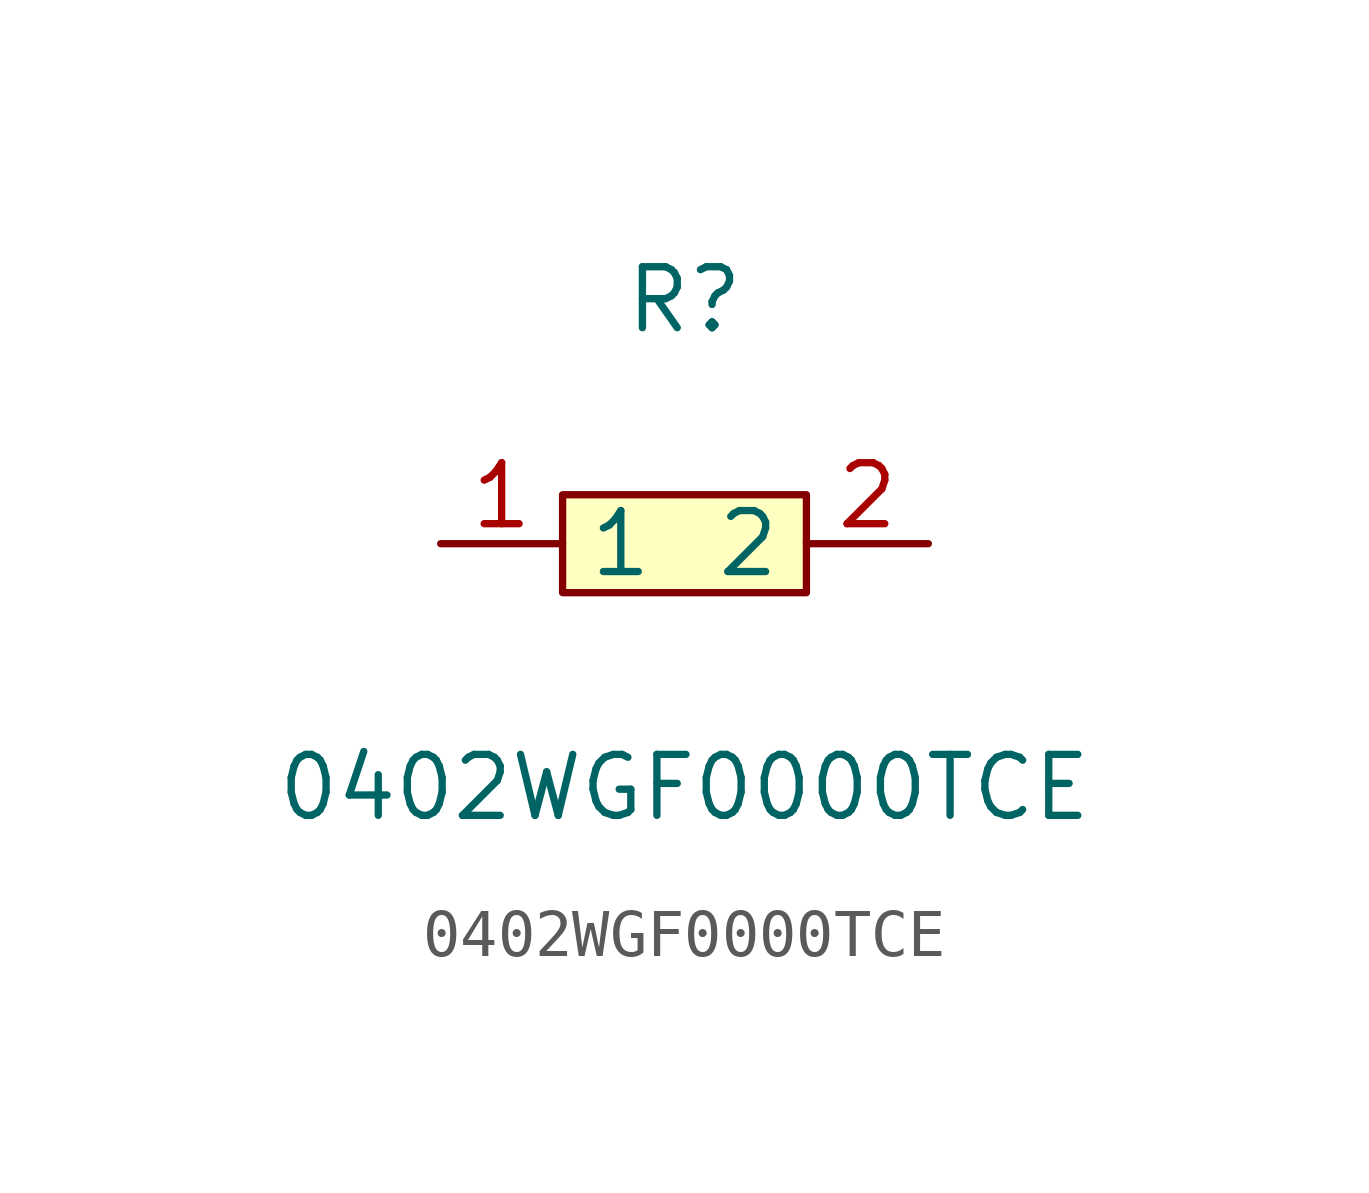
<source format=kicad_sym>
(kicad_symbol_lib
  (version 1)
  (generator "faebryk")
  (symbol "0402WGF0000TCE"
    (property "Reference" "R"
      (at 0 5.08 0)
      (effects (font (size 1.27 1.27)) (hide no)))
    (property "Value" "0402WGF0000TCE"
      (at 0 -5.08 0)
      (effects (font (size 1.27 1.27)) (hide no)))
    (symbol "0402WGF0000TCE_0_1"
      (rectangle (start -2.54 1.02) (end 2.54 -1.02) (stroke (width 0) (type default) (color 0 0 0 0)) (fill (type background)))
      (pin input line (at 5.08 0 180) (length 2.54) (name "2" (effects (font (size 1.27 1.27)) (hide no))) (number "2" (effects (font (size 1.27 1.27)) (hide no))))
      (pin input line (at -5.08 0 0) (length 2.54) (name "1" (effects (font (size 1.27 1.27)) (hide no))) (number "1" (effects (font (size 1.27 1.27)) (hide no)))))))
</source>
